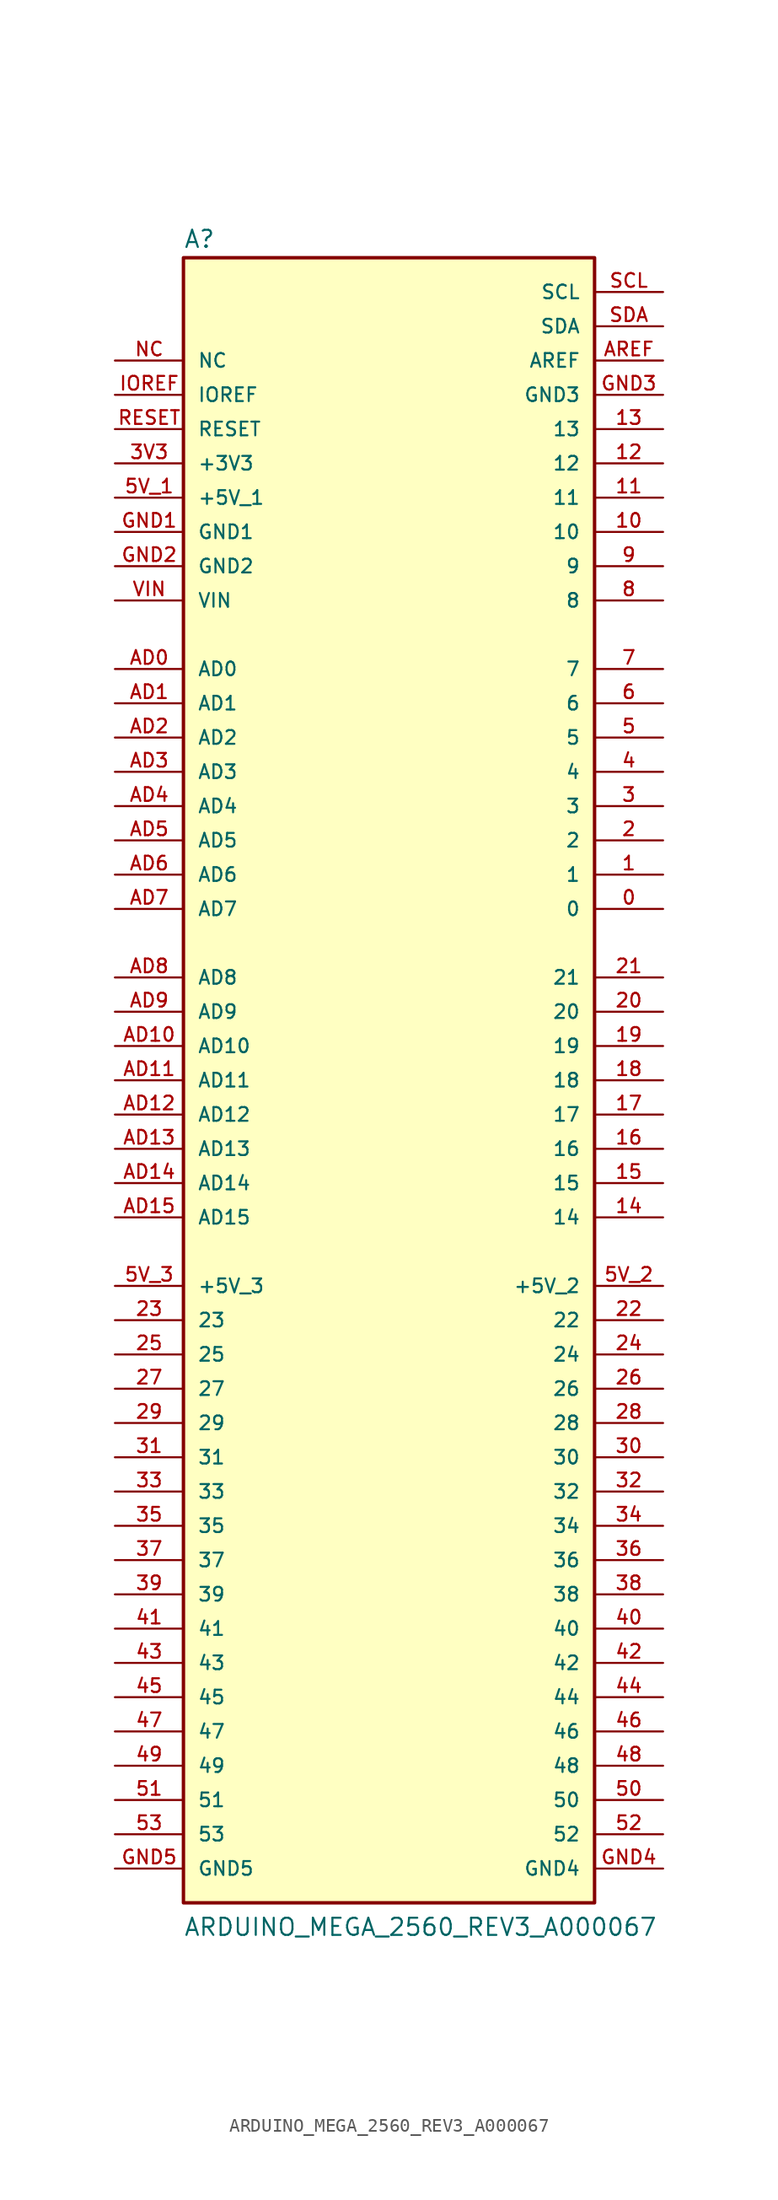
<source format=kicad_sym>
(kicad_symbol_lib
  (version 20211014)
  (generator kicad_symbol_editor)
  (symbol "ARDUINO_MEGA_2560_REV3_A000067"
    (pin_names
      (offset 1.016))
    (property "Reference" "A"
      (at -15.24 61.595 0)
      (effects (font (size 1.27 1.27)) (justify bottom left)))
    (property "Value" "ARDUINO_MEGA_2560_REV3_A000067"
      (at -15.24 -63.5 0)
      (effects (font (size 1.27 1.27)) (justify bottom left)))
    (symbol "ARDUINO_MEGA_2560_REV3_A000067_0_0"
      (rectangle (start -15.24 -60.96) (end 15.24 60.96) (stroke (width 0.254)) (fill (type background)))
      (pin passive line (at -20.32 50.8 0) (length 5.08) (name "IOREF" (effects (font (size 1.016 1.016)))) (number "IOREF" (effects (font (size 1.016 1.016)))))
      (pin passive line (at -20.32 48.26 0) (length 5.08) (name "RESET" (effects (font (size 1.016 1.016)))) (number "RESET" (effects (font (size 1.016 1.016)))))
      (pin passive line (at -20.32 45.72 0) (length 5.08) (name "+3V3" (effects (font (size 1.016 1.016)))) (number "3V3" (effects (font (size 1.016 1.016)))))
      (pin passive line (at -20.32 40.64 0) (length 5.08) (name "GND1" (effects (font (size 1.016 1.016)))) (number "GND1" (effects (font (size 1.016 1.016)))))
      (pin passive line (at -20.32 35.56 0) (length 5.08) (name "VIN" (effects (font (size 1.016 1.016)))) (number "VIN" (effects (font (size 1.016 1.016)))))
      (pin passive line (at -20.32 30.48 0) (length 5.08) (name "AD0" (effects (font (size 1.016 1.016)))) (number "AD0" (effects (font (size 1.016 1.016)))))
      (pin passive line (at -20.32 27.94 0) (length 5.08) (name "AD1" (effects (font (size 1.016 1.016)))) (number "AD1" (effects (font (size 1.016 1.016)))))
      (pin passive line (at -20.32 25.4 0) (length 5.08) (name "AD2" (effects (font (size 1.016 1.016)))) (number "AD2" (effects (font (size 1.016 1.016)))))
      (pin passive line (at -20.32 22.86 0) (length 5.08) (name "AD3" (effects (font (size 1.016 1.016)))) (number "AD3" (effects (font (size 1.016 1.016)))))
      (pin passive line (at -20.32 20.32 0) (length 5.08) (name "AD4" (effects (font (size 1.016 1.016)))) (number "AD4" (effects (font (size 1.016 1.016)))))
      (pin passive line (at -20.32 17.78 0) (length 5.08) (name "AD5" (effects (font (size 1.016 1.016)))) (number "AD5" (effects (font (size 1.016 1.016)))))
      (pin passive line (at 20.32 12.7 180.0) (length 5.08) (name "0" (effects (font (size 1.016 1.016)))) (number "0" (effects (font (size 1.016 1.016)))))
      (pin passive line (at 20.32 15.24 180.0) (length 5.08) (name "1" (effects (font (size 1.016 1.016)))) (number "1" (effects (font (size 1.016 1.016)))))
      (pin passive line (at 20.32 17.78 180.0) (length 5.08) (name "2" (effects (font (size 1.016 1.016)))) (number "2" (effects (font (size 1.016 1.016)))))
      (pin passive line (at 20.32 20.32 180.0) (length 5.08) (name "3" (effects (font (size 1.016 1.016)))) (number "3" (effects (font (size 1.016 1.016)))))
      (pin passive line (at 20.32 22.86 180.0) (length 5.08) (name "4" (effects (font (size 1.016 1.016)))) (number "4" (effects (font (size 1.016 1.016)))))
      (pin passive line (at 20.32 25.4 180.0) (length 5.08) (name "5" (effects (font (size 1.016 1.016)))) (number "5" (effects (font (size 1.016 1.016)))))
      (pin passive line (at 20.32 27.94 180.0) (length 5.08) (name "6" (effects (font (size 1.016 1.016)))) (number "6" (effects (font (size 1.016 1.016)))))
      (pin passive line (at 20.32 30.48 180.0) (length 5.08) (name "7" (effects (font (size 1.016 1.016)))) (number "7" (effects (font (size 1.016 1.016)))))
      (pin passive line (at 20.32 35.56 180.0) (length 5.08) (name "8" (effects (font (size 1.016 1.016)))) (number "8" (effects (font (size 1.016 1.016)))))
      (pin passive line (at 20.32 38.1 180.0) (length 5.08) (name "9" (effects (font (size 1.016 1.016)))) (number "9" (effects (font (size 1.016 1.016)))))
      (pin passive line (at 20.32 40.64 180.0) (length 5.08) (name "10" (effects (font (size 1.016 1.016)))) (number "10" (effects (font (size 1.016 1.016)))))
      (pin passive line (at 20.32 43.18 180.0) (length 5.08) (name "11" (effects (font (size 1.016 1.016)))) (number "11" (effects (font (size 1.016 1.016)))))
      (pin passive line (at 20.32 45.72 180.0) (length 5.08) (name "12" (effects (font (size 1.016 1.016)))) (number "12" (effects (font (size 1.016 1.016)))))
      (pin passive line (at 20.32 48.26 180.0) (length 5.08) (name "13" (effects (font (size 1.016 1.016)))) (number "13" (effects (font (size 1.016 1.016)))))
      (pin passive line (at -20.32 43.18 0) (length 5.08) (name "+5V_1" (effects (font (size 1.016 1.016)))) (number "5V_1" (effects (font (size 1.016 1.016)))))
      (pin passive line (at -20.32 38.1 0) (length 5.08) (name "GND2" (effects (font (size 1.016 1.016)))) (number "GND2" (effects (font (size 1.016 1.016)))))
      (pin passive line (at 20.32 50.8 180.0) (length 5.08) (name "GND3" (effects (font (size 1.016 1.016)))) (number "GND3" (effects (font (size 1.016 1.016)))))
      (pin passive line (at 20.32 53.34 180.0) (length 5.08) (name "AREF" (effects (font (size 1.016 1.016)))) (number "AREF" (effects (font (size 1.016 1.016)))))
      (pin passive line (at 20.32 55.88 180.0) (length 5.08) (name "SDA" (effects (font (size 1.016 1.016)))) (number "SDA" (effects (font (size 1.016 1.016)))))
      (pin passive line (at 20.32 58.42 180.0) (length 5.08) (name "SCL" (effects (font (size 1.016 1.016)))) (number "SCL" (effects (font (size 1.016 1.016)))))
      (pin passive line (at -20.32 15.24 0) (length 5.08) (name "AD6" (effects (font (size 1.016 1.016)))) (number "AD6" (effects (font (size 1.016 1.016)))))
      (pin passive line (at -20.32 12.7 0) (length 5.08) (name "AD7" (effects (font (size 1.016 1.016)))) (number "AD7" (effects (font (size 1.016 1.016)))))
      (pin passive line (at -20.32 7.62 0) (length 5.08) (name "AD8" (effects (font (size 1.016 1.016)))) (number "AD8" (effects (font (size 1.016 1.016)))))
      (pin passive line (at -20.32 5.08 0) (length 5.08) (name "AD9" (effects (font (size 1.016 1.016)))) (number "AD9" (effects (font (size 1.016 1.016)))))
      (pin passive line (at -20.32 2.54 0) (length 5.08) (name "AD10" (effects (font (size 1.016 1.016)))) (number "AD10" (effects (font (size 1.016 1.016)))))
      (pin passive line (at -20.32 0.0 0) (length 5.08) (name "AD11" (effects (font (size 1.016 1.016)))) (number "AD11" (effects (font (size 1.016 1.016)))))
      (pin passive line (at -20.32 -2.54 0) (length 5.08) (name "AD12" (effects (font (size 1.016 1.016)))) (number "AD12" (effects (font (size 1.016 1.016)))))
      (pin passive line (at -20.32 -5.08 0) (length 5.08) (name "AD13" (effects (font (size 1.016 1.016)))) (number "AD13" (effects (font (size 1.016 1.016)))))
      (pin passive line (at -20.32 -7.62 0) (length 5.08) (name "AD14" (effects (font (size 1.016 1.016)))) (number "AD14" (effects (font (size 1.016 1.016)))))
      (pin passive line (at -20.32 -10.16 0) (length 5.08) (name "AD15" (effects (font (size 1.016 1.016)))) (number "AD15" (effects (font (size 1.016 1.016)))))
      (pin passive line (at 20.32 -10.16 180.0) (length 5.08) (name "14" (effects (font (size 1.016 1.016)))) (number "14" (effects (font (size 1.016 1.016)))))
      (pin passive line (at 20.32 -7.62 180.0) (length 5.08) (name "15" (effects (font (size 1.016 1.016)))) (number "15" (effects (font (size 1.016 1.016)))))
      (pin passive line (at 20.32 -5.08 180.0) (length 5.08) (name "16" (effects (font (size 1.016 1.016)))) (number "16" (effects (font (size 1.016 1.016)))))
      (pin passive line (at 20.32 -2.54 180.0) (length 5.08) (name "17" (effects (font (size 1.016 1.016)))) (number "17" (effects (font (size 1.016 1.016)))))
      (pin passive line (at 20.32 0.0 180.0) (length 5.08) (name "18" (effects (font (size 1.016 1.016)))) (number "18" (effects (font (size 1.016 1.016)))))
      (pin passive line (at 20.32 2.54 180.0) (length 5.08) (name "19" (effects (font (size 1.016 1.016)))) (number "19" (effects (font (size 1.016 1.016)))))
      (pin passive line (at 20.32 5.08 180.0) (length 5.08) (name "20" (effects (font (size 1.016 1.016)))) (number "20" (effects (font (size 1.016 1.016)))))
      (pin passive line (at 20.32 7.62 180.0) (length 5.08) (name "21" (effects (font (size 1.016 1.016)))) (number "21" (effects (font (size 1.016 1.016)))))
      (pin passive line (at 20.32 -17.78 180.0) (length 5.08) (name "22" (effects (font (size 1.016 1.016)))) (number "22" (effects (font (size 1.016 1.016)))))
      (pin passive line (at -20.32 -17.78 0) (length 5.08) (name "23" (effects (font (size 1.016 1.016)))) (number "23" (effects (font (size 1.016 1.016)))))
      (pin passive line (at 20.32 -20.32 180.0) (length 5.08) (name "24" (effects (font (size 1.016 1.016)))) (number "24" (effects (font (size 1.016 1.016)))))
      (pin passive line (at -20.32 -20.32 0) (length 5.08) (name "25" (effects (font (size 1.016 1.016)))) (number "25" (effects (font (size 1.016 1.016)))))
      (pin passive line (at 20.32 -22.86 180.0) (length 5.08) (name "26" (effects (font (size 1.016 1.016)))) (number "26" (effects (font (size 1.016 1.016)))))
      (pin passive line (at -20.32 -22.86 0) (length 5.08) (name "27" (effects (font (size 1.016 1.016)))) (number "27" (effects (font (size 1.016 1.016)))))
      (pin passive line (at 20.32 -25.4 180.0) (length 5.08) (name "28" (effects (font (size 1.016 1.016)))) (number "28" (effects (font (size 1.016 1.016)))))
      (pin passive line (at -20.32 -25.4 0) (length 5.08) (name "29" (effects (font (size 1.016 1.016)))) (number "29" (effects (font (size 1.016 1.016)))))
      (pin passive line (at 20.32 -27.94 180.0) (length 5.08) (name "30" (effects (font (size 1.016 1.016)))) (number "30" (effects (font (size 1.016 1.016)))))
      (pin passive line (at -20.32 -27.94 0) (length 5.08) (name "31" (effects (font (size 1.016 1.016)))) (number "31" (effects (font (size 1.016 1.016)))))
      (pin passive line (at 20.32 -30.48 180.0) (length 5.08) (name "32" (effects (font (size 1.016 1.016)))) (number "32" (effects (font (size 1.016 1.016)))))
      (pin passive line (at -20.32 -30.48 0) (length 5.08) (name "33" (effects (font (size 1.016 1.016)))) (number "33" (effects (font (size 1.016 1.016)))))
      (pin passive line (at 20.32 -33.02 180.0) (length 5.08) (name "34" (effects (font (size 1.016 1.016)))) (number "34" (effects (font (size 1.016 1.016)))))
      (pin passive line (at -20.32 -33.02 0) (length 5.08) (name "35" (effects (font (size 1.016 1.016)))) (number "35" (effects (font (size 1.016 1.016)))))
      (pin passive line (at 20.32 -35.56 180.0) (length 5.08) (name "36" (effects (font (size 1.016 1.016)))) (number "36" (effects (font (size 1.016 1.016)))))
      (pin passive line (at -20.32 -35.56 0) (length 5.08) (name "37" (effects (font (size 1.016 1.016)))) (number "37" (effects (font (size 1.016 1.016)))))
      (pin passive line (at 20.32 -38.1 180.0) (length 5.08) (name "38" (effects (font (size 1.016 1.016)))) (number "38" (effects (font (size 1.016 1.016)))))
      (pin passive line (at -20.32 -38.1 0) (length 5.08) (name "39" (effects (font (size 1.016 1.016)))) (number "39" (effects (font (size 1.016 1.016)))))
      (pin passive line (at 20.32 -40.64 180.0) (length 5.08) (name "40" (effects (font (size 1.016 1.016)))) (number "40" (effects (font (size 1.016 1.016)))))
      (pin passive line (at -20.32 -40.64 0) (length 5.08) (name "41" (effects (font (size 1.016 1.016)))) (number "41" (effects (font (size 1.016 1.016)))))
      (pin passive line (at 20.32 -43.18 180.0) (length 5.08) (name "42" (effects (font (size 1.016 1.016)))) (number "42" (effects (font (size 1.016 1.016)))))
      (pin passive line (at -20.32 -43.18 0) (length 5.08) (name "43" (effects (font (size 1.016 1.016)))) (number "43" (effects (font (size 1.016 1.016)))))
      (pin passive line (at 20.32 -45.72 180.0) (length 5.08) (name "44" (effects (font (size 1.016 1.016)))) (number "44" (effects (font (size 1.016 1.016)))))
      (pin passive line (at -20.32 -45.72 0) (length 5.08) (name "45" (effects (font (size 1.016 1.016)))) (number "45" (effects (font (size 1.016 1.016)))))
      (pin passive line (at 20.32 -48.26 180.0) (length 5.08) (name "46" (effects (font (size 1.016 1.016)))) (number "46" (effects (font (size 1.016 1.016)))))
      (pin passive line (at -20.32 -48.26 0) (length 5.08) (name "47" (effects (font (size 1.016 1.016)))) (number "47" (effects (font (size 1.016 1.016)))))
      (pin passive line (at 20.32 -50.8 180.0) (length 5.08) (name "48" (effects (font (size 1.016 1.016)))) (number "48" (effects (font (size 1.016 1.016)))))
      (pin passive line (at -20.32 -50.8 0) (length 5.08) (name "49" (effects (font (size 1.016 1.016)))) (number "49" (effects (font (size 1.016 1.016)))))
      (pin passive line (at 20.32 -53.34 180.0) (length 5.08) (name "50" (effects (font (size 1.016 1.016)))) (number "50" (effects (font (size 1.016 1.016)))))
      (pin passive line (at -20.32 -53.34 0) (length 5.08) (name "51" (effects (font (size 1.016 1.016)))) (number "51" (effects (font (size 1.016 1.016)))))
      (pin passive line (at 20.32 -55.88 180.0) (length 5.08) (name "52" (effects (font (size 1.016 1.016)))) (number "52" (effects (font (size 1.016 1.016)))))
      (pin passive line (at -20.32 -55.88 0) (length 5.08) (name "53" (effects (font (size 1.016 1.016)))) (number "53" (effects (font (size 1.016 1.016)))))
      (pin passive line (at -20.32 -58.42 0) (length 5.08) (name "GND5" (effects (font (size 1.016 1.016)))) (number "GND5" (effects (font (size 1.016 1.016)))))
      (pin passive line (at 20.32 -58.42 180.0) (length 5.08) (name "GND4" (effects (font (size 1.016 1.016)))) (number "GND4" (effects (font (size 1.016 1.016)))))
      (pin passive line (at -20.32 -15.24 0) (length 5.08) (name "+5V_3" (effects (font (size 1.016 1.016)))) (number "5V_3" (effects (font (size 1.016 1.016)))))
      (pin passive line (at 20.32 -15.24 180.0) (length 5.08) (name "+5V_2" (effects (font (size 1.016 1.016)))) (number "5V_2" (effects (font (size 1.016 1.016)))))
      (pin passive line (at -20.32 53.34 0) (length 5.08) (name "NC" (effects (font (size 1.016 1.016)))) (number "NC" (effects (font (size 1.016 1.016))))))))
</source>
